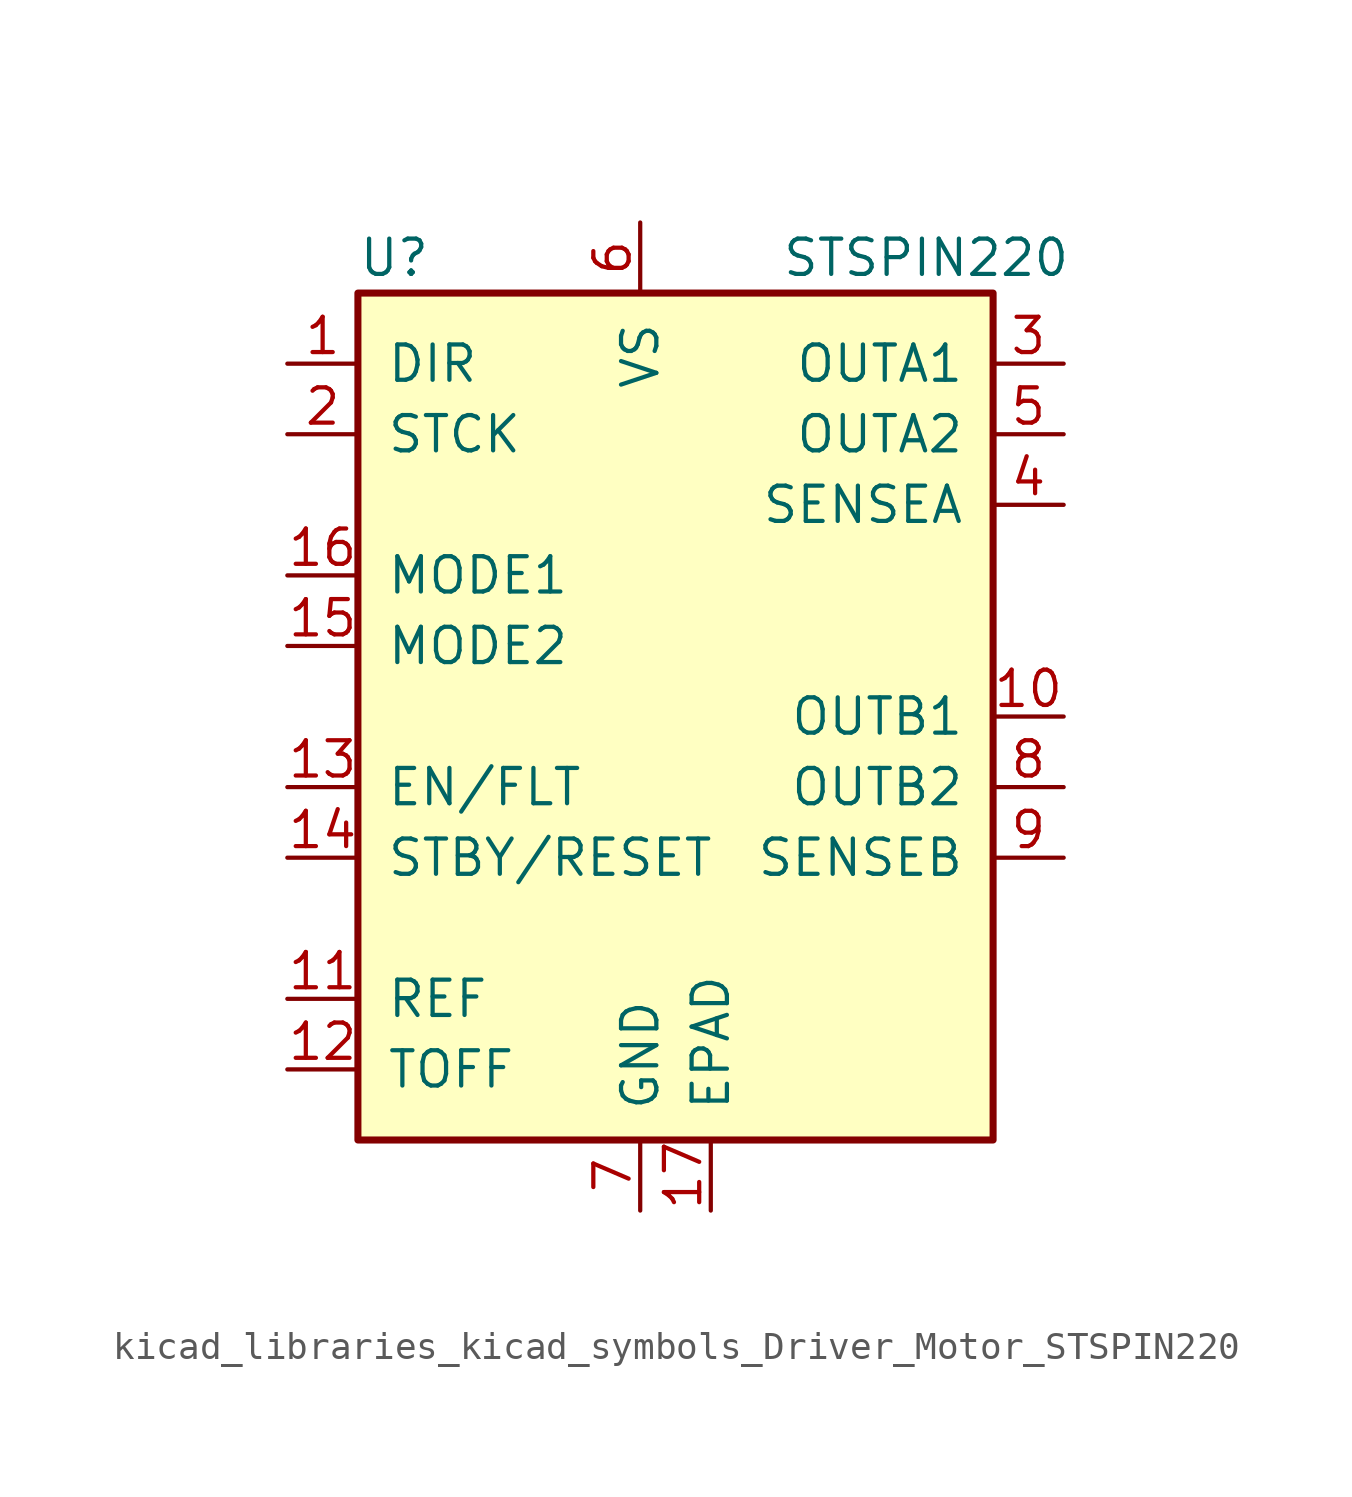
<source format=kicad_sym>
(kicad_symbol_lib
  (version 20220914)
  (generator kicad_symbol_editor)
  (symbol "kicad_libraries_kicad_symbols_Driver_Motor_STSPIN220"
    (pin_names
      (offset 1.016))
    (property "Reference" "U"
      (at -10.16 16.51 0)
      (effects (font (size 1.27 1.27)) (justify left)))
    (property "Value" "STSPIN220"
      (at 5.08 16.51 0)
      (effects (font (size 1.27 1.27)) (justify left)))
    (symbol "kicad_libraries_kicad_symbols_Driver_Motor_STSPIN220_0_1"
      (rectangle (start -10.16 15.24) (end 12.7 -15.24) (stroke (width 0.254) (type default)) (fill (type background))))
    (symbol "kicad_libraries_kicad_symbols_Driver_Motor_STSPIN220_1_1"
      (pin input line (at -12.7 12.7 0) (length 2.54) (name "DIR" (effects (font (size 1.27 1.27)))) (number "1" (effects (font (size 1.27 1.27)))))
      (pin power_out line (at 15.24 0 180) (length 2.54) (name "OUTB1" (effects (font (size 1.27 1.27)))) (number "10" (effects (font (size 1.27 1.27)))))
      (pin input line (at -12.7 -10.16 0) (length 2.54) (name "REF" (effects (font (size 1.27 1.27)))) (number "11" (effects (font (size 1.27 1.27)))))
      (pin input line (at -12.7 -12.7 0) (length 2.54) (name "TOFF" (effects (font (size 1.27 1.27)))) (number "12" (effects (font (size 1.27 1.27)))))
      (pin bidirectional line (at -12.7 -2.54 0) (length 2.54) (name "EN/FLT" (effects (font (size 1.27 1.27)))) (number "13" (effects (font (size 1.27 1.27)))))
      (pin input line (at -12.7 -5.08 0) (length 2.54) (name "STBY/RESET" (effects (font (size 1.27 1.27)))) (number "14" (effects (font (size 1.27 1.27)))))
      (pin input line (at -12.7 2.54 0) (length 2.54) (name "MODE2" (effects (font (size 1.27 1.27)))) (number "15" (effects (font (size 1.27 1.27)))))
      (pin input line (at -12.7 5.08 0) (length 2.54) (name "MODE1" (effects (font (size 1.27 1.27)))) (number "16" (effects (font (size 1.27 1.27)))))
      (pin power_in line (at 2.54 -17.78 90) (length 2.54) (name "EPAD" (effects (font (size 1.27 1.27)))) (number "17" (effects (font (size 1.27 1.27)))))
      (pin input line (at -12.7 10.16 0) (length 2.54) (name "STCK" (effects (font (size 1.27 1.27)))) (number "2" (effects (font (size 1.27 1.27)))))
      (pin power_out line (at 15.24 12.7 180) (length 2.54) (name "OUTA1" (effects (font (size 1.27 1.27)))) (number "3" (effects (font (size 1.27 1.27)))))
      (pin power_out line (at 15.24 7.62 180) (length 2.54) (name "SENSEA" (effects (font (size 1.27 1.27)))) (number "4" (effects (font (size 1.27 1.27)))))
      (pin power_out line (at 15.24 10.16 180) (length 2.54) (name "OUTA2" (effects (font (size 1.27 1.27)))) (number "5" (effects (font (size 1.27 1.27)))))
      (pin power_in line (at 0 17.78 270) (length 2.54) (name "VS" (effects (font (size 1.27 1.27)))) (number "6" (effects (font (size 1.27 1.27)))))
      (pin power_in line (at 0 -17.78 90) (length 2.54) (name "GND" (effects (font (size 1.27 1.27)))) (number "7" (effects (font (size 1.27 1.27)))))
      (pin power_out line (at 15.24 -2.54 180) (length 2.54) (name "OUTB2" (effects (font (size 1.27 1.27)))) (number "8" (effects (font (size 1.27 1.27)))))
      (pin power_out line (at 15.24 -5.08 180) (length 2.54) (name "SENSEB" (effects (font (size 1.27 1.27)))) (number "9" (effects (font (size 1.27 1.27))))))))
</source>
